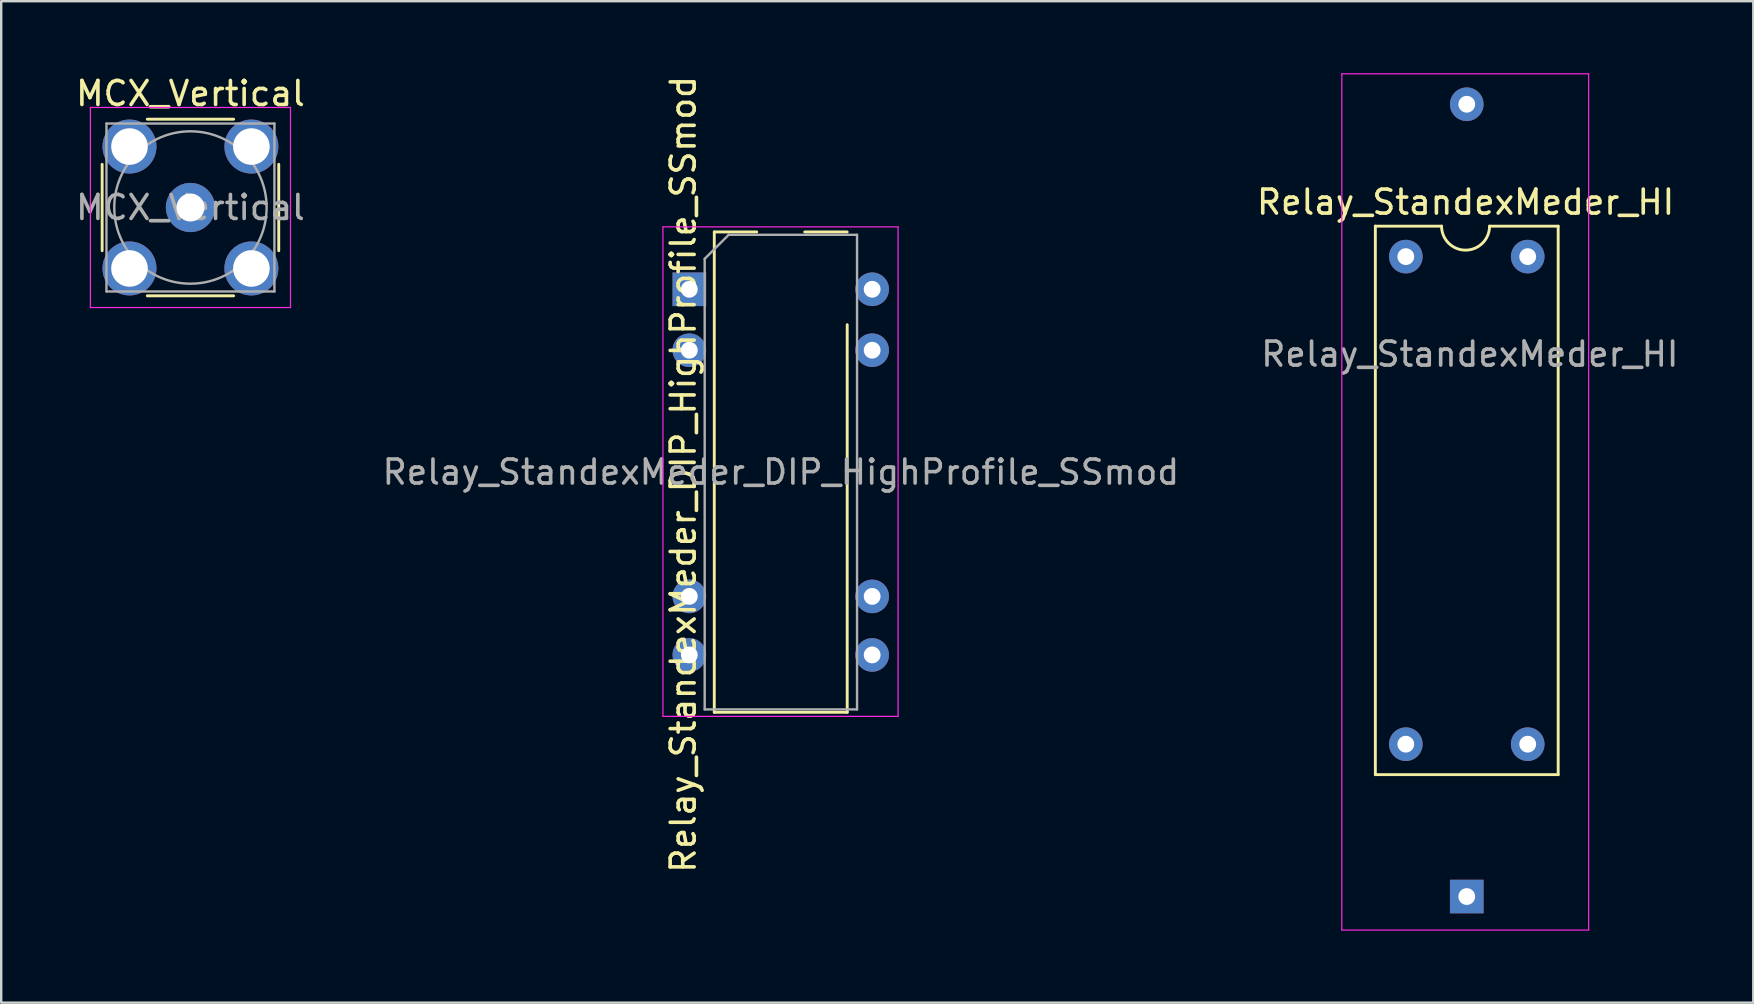
<source format=kicad_pcb>
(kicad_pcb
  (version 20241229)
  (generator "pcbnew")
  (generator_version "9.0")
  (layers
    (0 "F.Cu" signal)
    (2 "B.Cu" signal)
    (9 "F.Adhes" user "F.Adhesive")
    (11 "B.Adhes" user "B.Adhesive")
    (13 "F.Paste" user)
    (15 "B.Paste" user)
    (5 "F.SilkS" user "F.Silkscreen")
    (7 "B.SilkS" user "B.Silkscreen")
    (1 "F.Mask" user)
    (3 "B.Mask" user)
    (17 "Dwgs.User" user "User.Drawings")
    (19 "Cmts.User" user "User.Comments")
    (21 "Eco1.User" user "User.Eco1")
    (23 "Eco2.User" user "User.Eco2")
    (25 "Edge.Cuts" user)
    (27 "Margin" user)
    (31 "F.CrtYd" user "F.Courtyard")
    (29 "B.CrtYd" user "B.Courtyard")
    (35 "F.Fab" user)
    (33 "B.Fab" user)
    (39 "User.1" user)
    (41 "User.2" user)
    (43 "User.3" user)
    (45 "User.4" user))
  (footprint "MCX_Vertical"
    (layer "F.Cu")
    (at 4.887 5.598)
    (property "Reference" "MCX_Vertical" (at 0 -4.75 0) (layer "F.SilkS") (effects (font (size 1 1) (thickness 0.15))))
    (attr through_hole)
    (fp_line (start -3.68 -1.8) (end -3.68 1.8) (stroke (width 0.12) (type solid)) (layer "F.SilkS"))
    (fp_line (start -1.8 -3.68) (end 1.8 -3.68) (stroke (width 0.12) (type solid)) (layer "F.SilkS"))
    (fp_line (start -1.8 3.68) (end 1.8 3.68) (stroke (width 0.12) (type solid)) (layer "F.SilkS"))
    (fp_line (start 3.68 -1.8) (end 3.68 1.8) (stroke (width 0.12) (type solid)) (layer "F.SilkS"))
    (fp_line (start -4.17 -4.17) (end -4.17 4.17) (stroke (width 0.05) (type solid)) (layer "F.CrtYd"))
    (fp_line (start -4.17 -4.17) (end 4.17 -4.17) (stroke (width 0.05) (type solid)) (layer "F.CrtYd"))
    (fp_line (start 4.17 4.17) (end -4.17 4.17) (stroke (width 0.05) (type solid)) (layer "F.CrtYd"))
    (fp_line (start 4.17 4.17) (end 4.17 -4.17) (stroke (width 0.05) (type solid)) (layer "F.CrtYd"))
    (fp_line (start -3.5 -3.5) (end -3.5 3.5) (stroke (width 0.1) (type solid)) (layer "F.Fab"))
    (fp_line (start -3.5 -3.5) (end 3.5 -3.5) (stroke (width 0.1) (type solid)) (layer "F.Fab"))
    (fp_line (start -3.5 3.5) (end 3.5 3.5) (stroke (width 0.1) (type solid)) (layer "F.Fab"))
    (fp_line (start 3.5 -3.5) (end 3.5 3.5) (stroke (width 0.1) (type solid)) (layer "F.Fab"))
    (fp_circle (center 0 0) (end 3.175 0) (stroke (width 0.1) (type solid)) (fill no) (layer "F.Fab"))
    (fp_text user "${REFERENCE}" (at 0 0 0) (layer "F.Fab") (effects (font (size 1 1) (thickness 0.15))))
    (pad "1" thru_hole circle (at 0 0) (size 2.05 2.05) (drill 1.168) (layers "*.Cu" "*.Mask"))
    (pad "2" thru_hole circle (at -2.54 -2.54) (size 2.25 2.25) (drill 1.524) (layers "*.Cu" "*.Mask"))
    (pad "2" thru_hole circle (at -2.54 2.54) (size 2.25 2.25) (drill 1.524) (layers "*.Cu" "*.Mask"))
    (pad "2" thru_hole circle (at 2.54 -2.54) (size 2.25 2.25) (drill 1.524) (layers "*.Cu" "*.Mask"))
    (pad "2" thru_hole circle (at 2.54 2.54) (size 2.25 2.25) (drill 1.524) (layers "*.Cu" "*.Mask")))
  (footprint "Relay_StandexMeder_DIP_HighProfile_SSmod"
    (layer "F.Cu")
    (at 25.679 9.006)
    (property "Reference" "Relay_StandexMeder_DIP_HighProfile_SSmod" (at -0.254 7.714 90) (layer "F.SilkS") (effects (font (size 1 1) (thickness 0.15))))
    (attr through_hole)
    (fp_line (start 1.04 -2.39) (end 1.04 17.63) (stroke (width 0.12) (type solid)) (layer "F.SilkS"))
    (fp_line (start 1.04 17.63) (end 6.58 17.63) (stroke (width 0.12) (type solid)) (layer "F.SilkS"))
    (fp_line (start 2.81 -2.39) (end 1.04 -2.39) (stroke (width 0.12) (type solid)) (layer "F.SilkS"))
    (fp_line (start 6.58 -2.39) (end 4.81 -2.39) (stroke (width 0.12) (type solid)) (layer "F.SilkS"))
    (fp_line (start 6.58 17.63) (end 6.58 1.476) (stroke (width 0.12) (type solid)) (layer "F.SilkS"))
    (fp_line (start -1.1 -2.6) (end -1.1 17.8) (stroke (width 0.05) (type solid)) (layer "F.CrtYd"))
    (fp_line (start -1.1 17.8) (end 8.7 17.8) (stroke (width 0.05) (type solid)) (layer "F.CrtYd"))
    (fp_line (start 8.7 -2.6) (end -1.1 -2.6) (stroke (width 0.05) (type solid)) (layer "F.CrtYd"))
    (fp_line (start 8.7 17.8) (end 8.7 -2.6) (stroke (width 0.05) (type solid)) (layer "F.CrtYd"))
    (fp_line (start 0.64 -1.27) (end 1.64 -2.27) (stroke (width 0.1) (type solid)) (layer "F.Fab"))
    (fp_line (start 0.64 17.51) (end 0.64 -1.27) (stroke (width 0.1) (type solid)) (layer "F.Fab"))
    (fp_line (start 1.64 -2.27) (end 6.99 -2.27) (stroke (width 0.1) (type solid)) (layer "F.Fab"))
    (fp_line (start 6.99 -2.27) (end 6.99 17.51) (stroke (width 0.1) (type solid)) (layer "F.Fab"))
    (fp_line (start 6.99 17.51) (end 0.64 17.51) (stroke (width 0.1) (type solid)) (layer "F.Fab"))
    (fp_text user "${REFERENCE}" (at 3.815 7.62 0) (layer "F.Fab") (effects (font (size 1 1) (thickness 0.15))))
    (pad "1" thru_hole rect (at 0 0) (size 1.4 1.4) (drill 0.7) (layers "*.Cu" "*.Mask"))
    (pad "2" thru_hole circle (at 0 2.54) (size 1.4 1.4) (drill 0.7) (layers "*.Cu" "*.Mask"))
    (pad "6" thru_hole circle (at 0 12.8) (size 1.4 1.4) (drill 0.7) (layers "*.Cu" "*.Mask"))
    (pad "7" thru_hole circle (at 0 15.24) (size 1.4 1.4) (drill 0.7) (layers "*.Cu" "*.Mask"))
    (pad "8" thru_hole circle (at 7.62 15.24) (size 1.4 1.4) (drill 0.7) (layers "*.Cu" "*.Mask"))
    (pad "9" thru_hole circle (at 7.62 12.8) (size 1.4 1.4) (drill 0.7) (layers "*.Cu" "*.Mask"))
    (pad "13" thru_hole circle (at 7.62 2.54) (size 1.4 1.4) (drill 0.7) (layers "*.Cu" "*.Mask"))
    (pad "14" thru_hole circle (at 7.62 0) (size 1.4 1.4) (drill 0.7) (layers "*.Cu" "*.Mask")))
  (footprint "Relay_StandexMeder_HI"
    (layer "F.Cu")
    (at 55.54 7.645)
    (property "Reference" "Relay_StandexMeder_HI" (at 2.49 -2.27 0) (layer "F.SilkS") (effects (font (size 1 1) (thickness 0.15))))
    (attr through_hole)
    (fp_line (start -1.27 -1.27) (end -1.27 21.59) (stroke (width 0.12) (type solid)) (layer "F.SilkS"))
    (fp_line (start -1.27 21.59) (end 6.35 21.59) (stroke (width 0.12) (type solid)) (layer "F.SilkS"))
    (fp_line (start 1.49 -1.27) (end -1.27 -1.27) (stroke (width 0.12) (type solid)) (layer "F.SilkS"))
    (fp_line (start 6.35 -1.27) (end 3.49 -1.27) (stroke (width 0.12) (type solid)) (layer "F.SilkS"))
    (fp_line (start 6.35 21.59) (end 6.35 -1.27) (stroke (width 0.12) (type solid)) (layer "F.SilkS"))
    (fp_arc (start 3.49 -1.27) (mid 2.49 -0.27) (end 1.49 -1.27) (stroke (width 0.12) (type solid)) (layer "F.SilkS"))
    (fp_line (start -2.667 -7.62) (end -2.667 28.067) (stroke (width 0.05) (type solid)) (layer "F.CrtYd"))
    (fp_line (start -2.667 28.067) (end 7.62 28.067) (stroke (width 0.05) (type solid)) (layer "F.CrtYd"))
    (fp_line (start 7.62 -7.62) (end -2.667 -7.62) (stroke (width 0.05) (type solid)) (layer "F.CrtYd"))
    (fp_line (start 7.62 28.067) (end 7.62 -7.62) (stroke (width 0.05) (type solid)) (layer "F.CrtYd"))
    (fp_text user "${REFERENCE}" (at 2.667 4.064 0) (layer "F.Fab") (effects (font (size 1 1) (thickness 0.15))))
    (pad "1" thru_hole rect (at 2.54 26.67) (size 1.4 1.4) (drill 0.7) (layers "*.Cu" "*.Mask"))
    (pad "2" thru_hole circle (at 2.54 -6.35) (size 1.4 1.4) (drill 0.7) (layers "*.Cu" "*.Mask"))
    (pad "3" thru_hole circle (at 5.08 20.32) (size 1.4 1.4) (drill 0.7) (layers "*.Cu" "*.Mask"))
    (pad "4" thru_hole circle (at 0 20.32) (size 1.4 1.4) (drill 0.7) (layers "*.Cu" "*.Mask"))
    (pad "5" thru_hole circle (at 0 0) (size 1.4 1.4) (drill 0.7) (layers "*.Cu" "*.Mask"))
    (pad "6" thru_hole circle (at 5.08 0) (size 1.4 1.4) (drill 0.7) (layers "*.Cu" "*.Mask")))
  (gr_rect
    (start -3 -3)
    (end 70.022 38.737)
    (stroke (width 0.1) (type default))
    (fill no)
    (layer "Edge.Cuts")))
</source>
